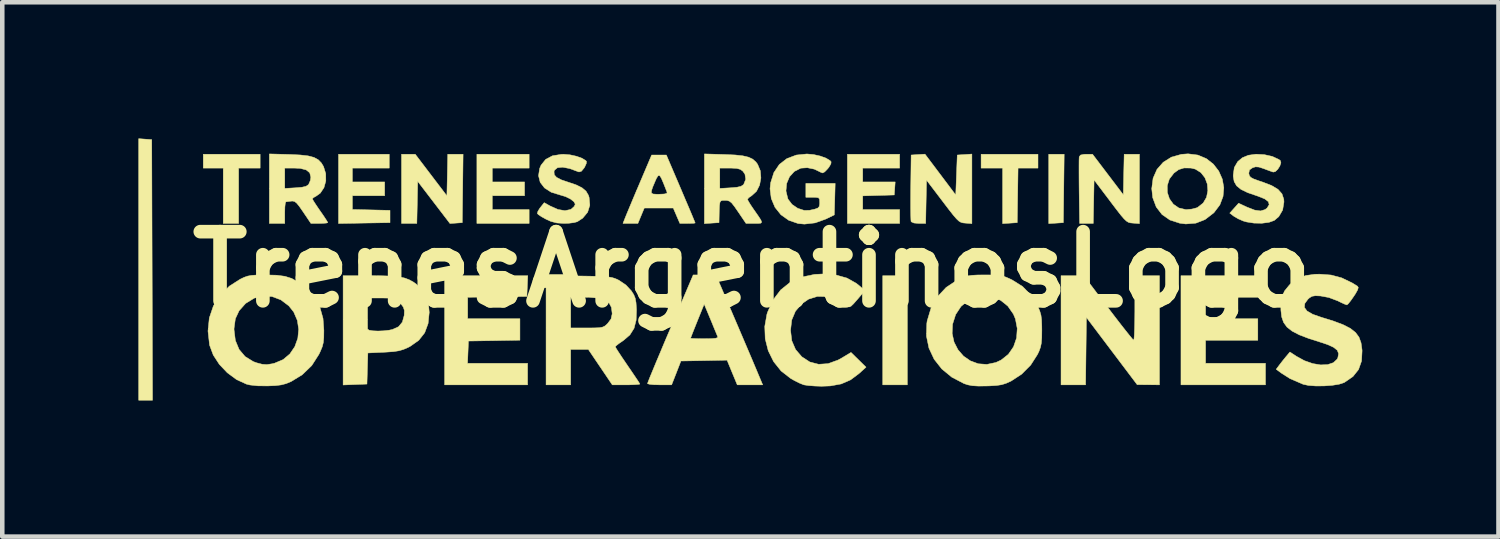
<source format=kicad_pcb>
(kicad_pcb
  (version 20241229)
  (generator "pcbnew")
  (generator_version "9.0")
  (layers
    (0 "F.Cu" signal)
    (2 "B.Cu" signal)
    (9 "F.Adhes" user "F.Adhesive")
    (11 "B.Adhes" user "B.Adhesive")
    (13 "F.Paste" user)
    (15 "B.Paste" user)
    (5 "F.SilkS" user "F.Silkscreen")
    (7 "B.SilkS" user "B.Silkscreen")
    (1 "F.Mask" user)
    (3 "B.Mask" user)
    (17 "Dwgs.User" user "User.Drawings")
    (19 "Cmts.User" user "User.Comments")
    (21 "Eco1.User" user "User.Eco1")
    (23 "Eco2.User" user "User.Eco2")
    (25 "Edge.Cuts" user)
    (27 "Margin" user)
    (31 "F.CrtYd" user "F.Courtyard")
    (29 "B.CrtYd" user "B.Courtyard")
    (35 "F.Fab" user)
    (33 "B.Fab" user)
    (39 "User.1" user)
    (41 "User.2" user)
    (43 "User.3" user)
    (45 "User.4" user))
  (footprint "TrenesArgentinosLogo"
    (layer "F.Cu")
    (at 13.518 2.888)
    (property "Reference" "TrenesArgentinosLogo" (at 0 0 0) (layer "F.SilkS") (effects (font (size 1.524 1.524) (thickness 0.3))))
    (attr through_hole)
    (fp_poly (pts (xy -13.225 -2.862) (xy -13.208 2.879) (xy -13.513 2.879) (xy -13.513 -2.883) (xy -13.225 -2.862)) (stroke (width 0.01) (type solid)) (fill yes) (layer "F.SilkS"))
    (fp_poly (pts (xy 3.421 2.54) (xy 2.879 2.54) (xy 2.879 0.135) (xy 3.421 0.135) (xy 3.421 2.54)) (stroke (width 0.01) (type solid)) (fill yes) (layer "F.SilkS"))
    (fp_poly (pts (xy 6.867 -1.786) (xy 6.858 -1.033) (xy 6.536 -1.012) (xy 6.536 -2.54) (xy 6.876 -2.54) (xy 6.867 -1.786)) (stroke (width 0.01) (type solid)) (fill yes) (layer "F.SilkS"))
    (fp_poly (pts (xy -10.837 -2.235) (xy -11.311 -2.235) (xy -11.311 -1.016) (xy -11.65 -1.016) (xy -11.65 -2.235) (xy -12.09 -2.235) (xy -12.09 -2.54) (xy -10.837 -2.54) (xy -10.837 -2.235)) (stroke (width 0.01) (type solid)) (fill yes) (layer "F.SilkS"))
    (fp_poly (pts (xy 6.299 -2.235) (xy 5.86 -2.235) (xy 5.851 -1.634) (xy 5.842 -1.033) (xy 5.52 -1.012) (xy 5.52 -2.235) (xy 5.046 -2.235) (xy 5.046 -2.54) (xy 6.299 -2.54) (xy 6.299 -2.235)) (stroke (width 0.01) (type solid)) (fill yes) (layer "F.SilkS"))
    (fp_poly (pts (xy -4.911 -2.235) (xy -5.723 -2.235) (xy -5.723 -1.93) (xy -5.012 -1.93) (xy -5.012 -1.626) (xy -5.723 -1.626) (xy -5.723 -1.321) (xy -4.911 -1.321) (xy -4.911 -1.016) (xy -6.062 -1.016) (xy -6.062 -2.54) (xy -4.911 -2.54) (xy -4.911 -2.235)) (stroke (width 0.01) (type solid)) (fill yes) (layer "F.SilkS"))
    (fp_poly (pts (xy 11.278 0.61) (xy 9.991 0.61) (xy 9.991 1.084) (xy 11.142 1.084) (xy 11.142 1.558) (xy 9.991 1.558) (xy 9.991 2.066) (xy 11.311 2.066) (xy 11.311 2.54) (xy 9.449 2.54) (xy 9.449 0.135) (xy 11.278 0.135) (xy 11.278 0.61)) (stroke (width 0.01) (type solid)) (fill yes) (layer "F.SilkS"))
    (fp_poly (pts (xy -7.993 -2.235) (xy -8.805 -2.235) (xy -8.805 -1.93) (xy -8.094 -1.93) (xy -8.094 -1.626) (xy -8.805 -1.626) (xy -8.805 -1.323) (xy -7.976 -1.304) (xy -7.976 -1.033) (xy -8.543 -1.024) (xy -9.11 -1.014) (xy -9.11 -2.54) (xy -7.993 -2.54) (xy -7.993 -2.235)) (stroke (width 0.01) (type solid)) (fill yes) (layer "F.SilkS"))
    (fp_poly (pts (xy -6.723 -1.624) (xy -6.713 -2.082) (xy -6.704 -2.54) (xy -6.366 -2.54) (xy -6.375 -1.786) (xy -6.384 -1.033) (xy -6.655 -1.014) (xy -7.366 -1.943) (xy -7.375 -1.48) (xy -7.385 -1.016) (xy -7.722 -1.016) (xy -7.722 -2.54) (xy -7.42 -2.54) (xy -6.723 -1.624)) (stroke (width 0.01) (type solid)) (fill yes) (layer "F.SilkS"))
    (fp_poly (pts (xy 3.251 -2.235) (xy 2.438 -2.235) (xy 2.438 -1.93) (xy 3.153 -1.93) (xy 3.143 -1.786) (xy 3.133 -1.643) (xy 2.786 -1.633) (xy 2.438 -1.623) (xy 2.438 -1.321) (xy 3.251 -1.321) (xy 3.251 -1.016) (xy 2.1 -1.016) (xy 2.1 -2.54) (xy 3.251 -2.54) (xy 3.251 -2.235)) (stroke (width 0.01) (type solid)) (fill yes) (layer "F.SilkS"))
    (fp_poly (pts (xy -4.961 0.593) (xy -5.613 0.602) (xy -6.265 0.611) (xy -6.265 1.084) (xy -5.114 1.084) (xy -5.114 1.556) (xy -5.681 1.566) (xy -6.248 1.575) (xy -6.258 1.82) (xy -6.268 2.066) (xy -4.945 2.066) (xy -4.945 2.54) (xy -6.773 2.54) (xy -6.773 0.135) (xy -4.941 0.135) (xy -4.961 0.593)) (stroke (width 0.01) (type solid)) (fill yes) (layer "F.SilkS"))
    (fp_poly (pts (xy 8.975 2.54) (xy 8.729 2.538) (xy 8.484 2.536) (xy 7.366 1.055) (xy 7.357 1.798) (xy 7.348 2.54) (xy 6.807 2.54) (xy 6.807 0.135) (xy 7.057 0.135) (xy 7.307 0.135) (xy 7.844 0.845) (xy 7.989 1.035) (xy 8.121 1.206) (xy 8.234 1.35) (xy 8.324 1.462) (xy 8.383 1.533) (xy 8.407 1.556) (xy 8.415 1.525) (xy 8.422 1.435) (xy 8.427 1.297) (xy 8.431 1.122) (xy 8.433 0.918) (xy 8.433 0.847) (xy 8.433 0.135) (xy 8.975 0.135) (xy 8.975 2.54)) (stroke (width 0.01) (type solid)) (fill yes) (layer "F.SilkS"))
    (fp_poly (pts (xy 8.534 -1.012) (xy 8.39 -1.023) (xy 8.337 -1.028) (xy 8.292 -1.04) (xy 8.247 -1.068) (xy 8.195 -1.117) (xy 8.126 -1.197) (xy 8.034 -1.315) (xy 7.91 -1.478) (xy 7.891 -1.504) (xy 7.535 -1.974) (xy 7.526 -1.495) (xy 7.517 -1.016) (xy 7.216 -1.016) (xy 7.206 -1.722) (xy 7.204 -1.937) (xy 7.203 -2.131) (xy 7.203 -2.293) (xy 7.204 -2.412) (xy 7.207 -2.477) (xy 7.208 -2.484) (xy 7.236 -2.522) (xy 7.311 -2.538) (xy 7.36 -2.54) (xy 7.501 -2.54) (xy 8.179 -1.647) (xy 8.188 -2.093) (xy 8.198 -2.54) (xy 8.534 -2.54) (xy 8.534 -1.012)) (stroke (width 0.01) (type solid)) (fill yes) (layer "F.SilkS"))
    (fp_poly (pts (xy 4.843 -1.012) (xy 4.699 -1.023) (xy 4.646 -1.028) (xy 4.601 -1.041) (xy 4.556 -1.068) (xy 4.503 -1.118) (xy 4.433 -1.199) (xy 4.34 -1.317) (xy 4.215 -1.481) (xy 4.2 -1.501) (xy 3.844 -1.969) (xy 3.834 -1.492) (xy 3.825 -1.016) (xy 3.673 -1.016) (xy 3.567 -1.025) (xy 3.509 -1.051) (xy 3.503 -1.059) (xy 3.499 -1.105) (xy 3.496 -1.207) (xy 3.494 -1.356) (xy 3.494 -1.541) (xy 3.495 -1.75) (xy 3.496 -1.813) (xy 3.505 -2.523) (xy 3.658 -2.533) (xy 3.81 -2.542) (xy 4.149 -2.092) (xy 4.487 -1.643) (xy 4.504 -2.083) (xy 4.521 -2.523) (xy 4.682 -2.533) (xy 4.843 -2.544) (xy 4.843 -1.012)) (stroke (width 0.01) (type solid)) (fill yes) (layer "F.SilkS"))
    (fp_poly (pts (xy -1.57 -1.779) (xy -1.482 -1.571) (xy -1.402 -1.384) (xy -1.336 -1.228) (xy -1.287 -1.11) (xy -1.259 -1.041) (xy -1.253 -1.026) (xy -1.284 -1.02) (xy -1.361 -1.017) (xy -1.421 -1.016) (xy -1.59 -1.016) (xy -1.663 -1.185) (xy -1.736 -1.355) (xy -2.374 -1.355) (xy -2.445 -1.185) (xy -2.515 -1.016) (xy -2.844 -1.016) (xy -2.787 -1.16) (xy -2.756 -1.236) (xy -2.703 -1.363) (xy -2.635 -1.526) (xy -2.556 -1.714) (xy -2.547 -1.734) (xy -2.217 -1.734) (xy -2.216 -1.685) (xy -2.18 -1.664) (xy -2.106 -1.659) (xy -2.048 -1.659) (xy -1.934 -1.664) (xy -1.879 -1.679) (xy -1.872 -1.702) (xy -1.894 -1.757) (xy -1.93 -1.848) (xy -1.949 -1.897) (xy -1.999 -2.014) (xy -2.036 -2.07) (xy -2.07 -2.067) (xy -2.107 -2.008) (xy -2.128 -1.961) (xy -2.187 -1.822) (xy -2.217 -1.734) (xy -2.547 -1.734) (xy -2.471 -1.913) (xy -2.471 -1.913) (xy -2.212 -2.523) (xy -1.888 -2.523) (xy -1.57 -1.779)) (stroke (width 0.01) (type solid)) (fill yes) (layer "F.SilkS"))
    (fp_poly (pts (xy 9.821 -2.522) (xy 10.009 -2.443) (xy 10.164 -2.321) (xy 10.282 -2.168) (xy 10.36 -1.991) (xy 10.393 -1.802) (xy 10.376 -1.611) (xy 10.306 -1.425) (xy 10.179 -1.257) (xy 10.168 -1.246) (xy 9.979 -1.101) (xy 9.777 -1.022) (xy 9.555 -1.004) (xy 9.421 -1.021) (xy 9.206 -1.091) (xy 9.032 -1.212) (xy 8.904 -1.378) (xy 8.827 -1.583) (xy 8.805 -1.783) (xy 8.814 -1.848) (xy 9.147 -1.848) (xy 9.149 -1.698) (xy 9.196 -1.557) (xy 9.282 -1.439) (xy 9.403 -1.356) (xy 9.555 -1.321) (xy 9.572 -1.321) (xy 9.69 -1.332) (xy 9.796 -1.36) (xy 9.818 -1.37) (xy 9.938 -1.465) (xy 10.012 -1.591) (xy 10.041 -1.736) (xy 10.029 -1.884) (xy 9.977 -2.022) (xy 9.888 -2.136) (xy 9.764 -2.213) (xy 9.669 -2.236) (xy 9.516 -2.238) (xy 9.397 -2.201) (xy 9.293 -2.124) (xy 9.193 -1.994) (xy 9.147 -1.848) (xy 8.814 -1.848) (xy 8.835 -2.012) (xy 8.921 -2.207) (xy 9.058 -2.363) (xy 9.238 -2.476) (xy 9.458 -2.538) (xy 9.606 -2.549) (xy 9.821 -2.522)) (stroke (width 0.01) (type solid)) (fill yes) (layer "F.SilkS"))
    (fp_poly (pts (xy -0.405 1.033) (xy -0.298 1.283) (xy -0.193 1.529) (xy -0.095 1.759) (xy -0.009 1.961) (xy 0.06 2.125) (xy 0.108 2.238) (xy 0.11 2.244) (xy 0.234 2.54) (xy -0.326 2.54) (xy -0.439 2.268) (xy -0.551 1.996) (xy -1.059 2.006) (xy -1.567 2.015) (xy -1.669 2.278) (xy -1.772 2.54) (xy -2.037 2.54) (xy -2.162 2.537) (xy -2.255 2.528) (xy -2.301 2.515) (xy -2.303 2.511) (xy -2.29 2.474) (xy -2.254 2.382) (xy -2.196 2.242) (xy -2.121 2.06) (xy -2.03 1.845) (xy -1.928 1.601) (xy -1.891 1.514) (xy -1.355 1.514) (xy -1.323 1.518) (xy -1.239 1.522) (xy -1.117 1.524) (xy -1.046 1.524) (xy -0.894 1.522) (xy -0.802 1.514) (xy -0.759 1.499) (xy -0.756 1.482) (xy -0.777 1.431) (xy -0.816 1.337) (xy -0.864 1.221) (xy -0.864 1.219) (xy -0.919 1.087) (xy -0.971 0.962) (xy -1.005 0.881) (xy -1.055 0.762) (xy -1.205 1.133) (xy -1.263 1.278) (xy -1.311 1.399) (xy -1.343 1.482) (xy -1.355 1.514) (xy -1.891 1.514) (xy -1.816 1.338) (xy -1.8 1.3) (xy -1.297 0.119) (xy -0.797 0.119) (xy -0.405 1.033)) (stroke (width 0.01) (type solid)) (fill yes) (layer "F.SilkS"))
    (fp_poly (pts (xy 1.355 -2.533) (xy 1.503 -2.5) (xy 1.631 -2.453) (xy 1.72 -2.399) (xy 1.742 -2.373) (xy 1.736 -2.327) (xy 1.694 -2.255) (xy 1.666 -2.22) (xy 1.599 -2.151) (xy 1.555 -2.128) (xy 1.512 -2.143) (xy 1.502 -2.149) (xy 1.371 -2.212) (xy 1.219 -2.243) (xy 1.08 -2.234) (xy 1.073 -2.233) (xy 0.931 -2.161) (xy 0.825 -2.044) (xy 0.762 -1.896) (xy 0.747 -1.731) (xy 0.787 -1.565) (xy 0.795 -1.547) (xy 0.881 -1.434) (xy 1.006 -1.349) (xy 1.147 -1.303) (xy 1.261 -1.304) (xy 1.382 -1.33) (xy 1.45 -1.355) (xy 1.481 -1.39) (xy 1.49 -1.446) (xy 1.49 -1.475) (xy 1.487 -1.547) (xy 1.464 -1.581) (xy 1.404 -1.591) (xy 1.338 -1.592) (xy 1.185 -1.592) (xy 1.185 -1.897) (xy 1.831 -1.897) (xy 1.822 -1.55) (xy 1.812 -1.204) (xy 1.626 -1.113) (xy 1.39 -1.028) (xy 1.154 -1.001) (xy 1.015 -1.014) (xy 0.808 -1.085) (xy 0.635 -1.208) (xy 0.505 -1.371) (xy 0.423 -1.565) (xy 0.396 -1.78) (xy 0.41 -1.913) (xy 0.481 -2.137) (xy 0.601 -2.315) (xy 0.767 -2.444) (xy 0.974 -2.522) (xy 1.208 -2.546) (xy 1.355 -2.533)) (stroke (width 0.01) (type solid)) (fill yes) (layer "F.SilkS"))
    (fp_poly (pts (xy 1.846 0.12) (xy 2.088 0.187) (xy 2.294 0.302) (xy 2.356 0.351) (xy 2.486 0.464) (xy 2.322 0.656) (xy 2.237 0.753) (xy 2.182 0.806) (xy 2.143 0.823) (xy 2.107 0.811) (xy 2.086 0.797) (xy 1.862 0.665) (xy 1.645 0.596) (xy 1.438 0.592) (xy 1.246 0.652) (xy 1.095 0.755) (xy 0.956 0.917) (xy 0.874 1.111) (xy 0.848 1.338) (xy 0.875 1.568) (xy 0.958 1.761) (xy 1.095 1.921) (xy 1.273 2.037) (xy 1.467 2.087) (xy 1.676 2.073) (xy 1.896 1.993) (xy 1.983 1.945) (xy 2.18 1.826) (xy 2.345 1.988) (xy 2.511 2.151) (xy 2.355 2.292) (xy 2.169 2.431) (xy 1.964 2.52) (xy 1.724 2.564) (xy 1.531 2.571) (xy 1.383 2.566) (xy 1.249 2.556) (xy 1.152 2.542) (xy 1.135 2.538) (xy 1.05 2.504) (xy 0.937 2.448) (xy 0.848 2.397) (xy 0.639 2.234) (xy 0.474 2.027) (xy 0.356 1.787) (xy 0.29 1.526) (xy 0.28 1.254) (xy 0.328 0.982) (xy 0.342 0.939) (xy 0.464 0.668) (xy 0.631 0.449) (xy 0.84 0.281) (xy 1.09 0.167) (xy 1.378 0.107) (xy 1.558 0.098) (xy 1.846 0.12)) (stroke (width 0.01) (type solid)) (fill yes) (layer "F.SilkS"))
    (fp_poly (pts (xy -8.144 0.138) (xy -7.941 0.145) (xy -7.783 0.161) (xy -7.658 0.186) (xy -7.555 0.224) (xy -7.462 0.275) (xy -7.39 0.327) (xy -7.271 0.455) (xy -7.179 0.626) (xy -7.123 0.818) (xy -7.112 0.944) (xy -7.137 1.19) (xy -7.212 1.393) (xy -7.343 1.559) (xy -7.53 1.691) (xy -7.573 1.714) (xy -7.677 1.759) (xy -7.778 1.789) (xy -7.898 1.808) (xy -8.059 1.819) (xy -8.113 1.822) (xy -8.464 1.838) (xy -8.474 2.18) (xy -8.484 2.523) (xy -9.009 2.543) (xy -9.009 0.948) (xy -8.471 0.948) (xy -8.471 1.093) (xy -8.471 1.213) (xy -8.47 1.293) (xy -8.469 1.312) (xy -8.437 1.336) (xy -8.355 1.35) (xy -8.242 1.355) (xy -8.116 1.35) (xy -7.994 1.336) (xy -7.921 1.32) (xy -7.787 1.259) (xy -7.704 1.158) (xy -7.663 1.01) (xy -7.663 1.005) (xy -7.659 0.902) (xy -7.683 0.827) (xy -7.746 0.744) (xy -7.748 0.742) (xy -7.799 0.688) (xy -7.844 0.655) (xy -7.902 0.637) (xy -7.989 0.629) (xy -8.123 0.627) (xy -8.161 0.627) (xy -8.471 0.627) (xy -8.471 0.948) (xy -9.009 0.948) (xy -9.009 0.135) (xy -8.403 0.135) (xy -8.144 0.138)) (stroke (width 0.01) (type solid)) (fill yes) (layer "F.SilkS"))
    (fp_poly (pts (xy -10.185 -2.535) (xy -9.954 -2.524) (xy -9.78 -2.504) (xy -9.651 -2.47) (xy -9.557 -2.419) (xy -9.487 -2.347) (xy -9.44 -2.268) (xy -9.392 -2.113) (xy -9.39 -1.952) (xy -9.431 -1.804) (xy -9.511 -1.684) (xy -9.601 -1.619) (xy -9.663 -1.584) (xy -9.686 -1.558) (xy -9.668 -1.521) (xy -9.619 -1.444) (xy -9.549 -1.34) (xy -9.517 -1.294) (xy -9.44 -1.183) (xy -9.382 -1.095) (xy -9.35 -1.042) (xy -9.347 -1.034) (xy -9.378 -1.024) (xy -9.457 -1.018) (xy -9.532 -1.016) (xy -9.718 -1.016) (xy -9.888 -1.268) (xy -9.972 -1.389) (xy -10.031 -1.462) (xy -10.078 -1.499) (xy -10.123 -1.509) (xy -10.151 -1.507) (xy -10.229 -1.497) (xy -10.27 -1.492) (xy -10.283 -1.46) (xy -10.292 -1.378) (xy -10.295 -1.262) (xy -10.295 -1.253) (xy -10.295 -1.016) (xy -10.634 -1.016) (xy -10.634 -2.235) (xy -10.295 -2.235) (xy -10.295 -1.787) (xy -10.055 -1.801) (xy -9.916 -1.813) (xy -9.829 -1.833) (xy -9.778 -1.866) (xy -9.767 -1.879) (xy -9.731 -1.962) (xy -9.72 -2.037) (xy -9.745 -2.132) (xy -9.822 -2.195) (xy -9.955 -2.229) (xy -10.083 -2.235) (xy -10.295 -2.235) (xy -10.634 -2.235) (xy -10.634 -2.547) (xy -10.185 -2.535)) (stroke (width 0.01) (type solid)) (fill yes) (layer "F.SilkS"))
    (fp_poly (pts (xy -0.601 -2.534) (xy -0.373 -2.524) (xy -0.202 -2.505) (xy -0.076 -2.475) (xy 0.016 -2.431) (xy 0.086 -2.368) (xy 0.122 -2.319) (xy 0.182 -2.176) (xy 0.195 -2.017) (xy 0.166 -1.86) (xy 0.098 -1.724) (xy -0.006 -1.629) (xy -0.072 -1.584) (xy -0.101 -1.548) (xy -0.101 -1.547) (xy -0.083 -1.508) (xy -0.035 -1.429) (xy 0.033 -1.328) (xy 0.046 -1.31) (xy 0.138 -1.178) (xy 0.193 -1.093) (xy 0.212 -1.045) (xy 0.193 -1.022) (xy 0.139 -1.016) (xy 0.054 -1.016) (xy -0.133 -1.016) (xy -0.305 -1.27) (xy -0.389 -1.391) (xy -0.449 -1.467) (xy -0.498 -1.506) (xy -0.548 -1.522) (xy -0.594 -1.524) (xy -0.65 -1.523) (xy -0.687 -1.512) (xy -0.708 -1.478) (xy -0.718 -1.409) (xy -0.723 -1.292) (xy -0.725 -1.185) (xy -0.728 -1.033) (xy -0.889 -1.023) (xy -1.05 -1.012) (xy -1.05 -2.235) (xy -0.711 -2.235) (xy -0.711 -1.787) (xy -0.47 -1.801) (xy -0.332 -1.813) (xy -0.245 -1.833) (xy -0.194 -1.866) (xy -0.183 -1.879) (xy -0.139 -1.989) (xy -0.157 -2.101) (xy -0.203 -2.167) (xy -0.258 -2.207) (xy -0.336 -2.228) (xy -0.457 -2.235) (xy -0.491 -2.235) (xy -0.711 -2.235) (xy -1.05 -2.235) (xy -1.05 -2.547) (xy -0.601 -2.534)) (stroke (width 0.01) (type solid)) (fill yes) (layer "F.SilkS"))
    (fp_poly (pts (xy 11.286 -2.531) (xy 11.461 -2.492) (xy 11.605 -2.425) (xy 11.638 -2.401) (xy 11.651 -2.352) (xy 11.627 -2.28) (xy 11.581 -2.208) (xy 11.526 -2.157) (xy 11.481 -2.147) (xy 11.42 -2.168) (xy 11.325 -2.203) (xy 11.273 -2.223) (xy 11.166 -2.258) (xy 11.091 -2.263) (xy 11.025 -2.242) (xy 10.958 -2.195) (xy 10.944 -2.126) (xy 10.945 -2.111) (xy 10.957 -2.065) (xy 10.987 -2.03) (xy 11.05 -1.996) (xy 11.157 -1.957) (xy 11.242 -1.929) (xy 11.445 -1.851) (xy 11.587 -1.766) (xy 11.674 -1.668) (xy 11.714 -1.549) (xy 11.718 -1.488) (xy 11.689 -1.311) (xy 11.604 -1.166) (xy 11.505 -1.082) (xy 11.388 -1.04) (xy 11.232 -1.02) (xy 11.058 -1.023) (xy 10.892 -1.049) (xy 10.82 -1.07) (xy 10.712 -1.117) (xy 10.619 -1.171) (xy 10.605 -1.181) (xy 10.524 -1.243) (xy 10.719 -1.461) (xy 10.905 -1.374) (xy 11.074 -1.309) (xy 11.203 -1.291) (xy 11.302 -1.321) (xy 11.346 -1.355) (xy 11.392 -1.429) (xy 11.375 -1.495) (xy 11.294 -1.557) (xy 11.146 -1.616) (xy 11.126 -1.623) (xy 10.919 -1.694) (xy 10.772 -1.765) (xy 10.675 -1.844) (xy 10.621 -1.937) (xy 10.601 -2.051) (xy 10.601 -2.082) (xy 10.624 -2.248) (xy 10.699 -2.377) (xy 10.801 -2.463) (xy 10.934 -2.518) (xy 11.103 -2.541) (xy 11.286 -2.531)) (stroke (width 0.01) (type solid)) (fill yes) (layer "F.SilkS"))
    (fp_poly (pts (xy -4.01 -2.527) (xy -3.869 -2.496) (xy -3.747 -2.452) (xy -3.664 -2.401) (xy -3.647 -2.381) (xy -3.652 -2.336) (xy -3.686 -2.261) (xy -3.698 -2.24) (xy -3.759 -2.166) (xy -3.811 -2.15) (xy -3.823 -2.153) (xy -4.018 -2.225) (xy -4.173 -2.255) (xy -4.286 -2.244) (xy -4.351 -2.191) (xy -4.363 -2.157) (xy -4.357 -2.088) (xy -4.306 -2.03) (xy -4.202 -1.976) (xy -4.069 -1.931) (xy -3.879 -1.867) (xy -3.746 -1.801) (xy -3.658 -1.727) (xy -3.605 -1.637) (xy -3.59 -1.591) (xy -3.574 -1.418) (xy -3.622 -1.263) (xy -3.731 -1.132) (xy -3.85 -1.054) (xy -3.923 -1.034) (xy -4.036 -1.02) (xy -4.14 -1.016) (xy -4.299 -1.026) (xy -4.433 -1.061) (xy -4.539 -1.109) (xy -4.638 -1.164) (xy -4.708 -1.211) (xy -4.731 -1.236) (xy -4.718 -1.282) (xy -4.674 -1.354) (xy -4.66 -1.371) (xy -4.579 -1.473) (xy -4.448 -1.4) (xy -4.275 -1.323) (xy -4.122 -1.297) (xy -3.999 -1.323) (xy -3.979 -1.335) (xy -3.918 -1.39) (xy -3.895 -1.441) (xy -3.925 -1.495) (xy -4.002 -1.555) (xy -4.108 -1.607) (xy -4.225 -1.642) (xy -4.227 -1.642) (xy -4.424 -1.703) (xy -4.572 -1.798) (xy -4.667 -1.921) (xy -4.704 -2.066) (xy -4.68 -2.225) (xy -4.648 -2.3) (xy -4.547 -2.426) (xy -4.397 -2.506) (xy -4.198 -2.538) (xy -4.149 -2.539) (xy -4.01 -2.527)) (stroke (width 0.01) (type solid)) (fill yes) (layer "F.SilkS"))
    (fp_poly (pts (xy -3.817 0.142) (xy -3.578 0.146) (xy -3.395 0.15) (xy -3.259 0.156) (xy -3.159 0.164) (xy -3.084 0.177) (xy -3.025 0.195) (xy -2.969 0.218) (xy -2.929 0.239) (xy -2.779 0.341) (xy -2.659 0.47) (xy -2.659 0.47) (xy -2.606 0.553) (xy -2.574 0.632) (xy -2.556 0.73) (xy -2.547 0.869) (xy -2.546 0.892) (xy -2.554 1.117) (xy -2.6 1.295) (xy -2.691 1.439) (xy -2.831 1.56) (xy -2.853 1.575) (xy -2.94 1.635) (xy -2.998 1.682) (xy -3.012 1.7) (xy -2.995 1.735) (xy -2.945 1.814) (xy -2.87 1.928) (xy -2.777 2.065) (xy -2.743 2.115) (xy -2.646 2.257) (xy -2.564 2.378) (xy -2.504 2.468) (xy -2.474 2.517) (xy -2.472 2.523) (xy -2.504 2.53) (xy -2.588 2.536) (xy -2.709 2.54) (xy -2.776 2.54) (xy -3.079 2.54) (xy -3.342 2.151) (xy -3.606 1.761) (xy -3.996 1.761) (xy -3.996 2.54) (xy -4.538 2.54) (xy -4.538 0.61) (xy -3.996 0.61) (xy -3.996 1.287) (xy -3.638 1.287) (xy -3.478 1.286) (xy -3.37 1.282) (xy -3.299 1.27) (xy -3.249 1.248) (xy -3.205 1.212) (xy -3.181 1.188) (xy -3.106 1.088) (xy -3.082 0.978) (xy -3.082 0.966) (xy -3.098 0.834) (xy -3.15 0.736) (xy -3.245 0.669) (xy -3.389 0.629) (xy -3.59 0.611) (xy -3.69 0.61) (xy -3.996 0.61) (xy -4.538 0.61) (xy -4.538 0.132) (xy -3.817 0.142)) (stroke (width 0.01) (type solid)) (fill yes) (layer "F.SilkS"))
    (fp_poly (pts (xy -10.472 0.125) (xy -10.292 0.149) (xy -10.142 0.196) (xy -10.006 0.273) (xy -9.865 0.387) (xy -9.809 0.439) (xy -9.634 0.635) (xy -9.518 0.842) (xy -9.452 1.077) (xy -9.433 1.338) (xy -9.435 1.494) (xy -9.445 1.607) (xy -9.469 1.702) (xy -9.512 1.805) (xy -9.542 1.868) (xy -9.7 2.115) (xy -9.909 2.317) (xy -10.154 2.467) (xy -10.265 2.513) (xy -10.372 2.541) (xy -10.499 2.557) (xy -10.668 2.564) (xy -10.888 2.562) (xy -11.062 2.543) (xy -11.139 2.524) (xy -11.357 2.424) (xy -11.56 2.274) (xy -11.736 2.089) (xy -11.87 1.883) (xy -11.95 1.668) (xy -11.952 1.658) (xy -11.986 1.354) (xy -11.983 1.328) (xy -11.412 1.328) (xy -11.383 1.562) (xy -11.301 1.76) (xy -11.168 1.917) (xy -10.988 2.028) (xy -10.914 2.055) (xy -10.791 2.087) (xy -10.69 2.094) (xy -10.576 2.077) (xy -10.518 2.063) (xy -10.331 1.984) (xy -10.182 1.859) (xy -10.073 1.698) (xy -10.007 1.514) (xy -9.988 1.318) (xy -10.017 1.122) (xy -10.097 0.936) (xy -10.205 0.8) (xy -10.38 0.668) (xy -10.573 0.595) (xy -10.772 0.582) (xy -10.967 0.63) (xy -11.147 0.74) (xy -11.162 0.752) (xy -11.301 0.908) (xy -11.383 1.084) (xy -11.412 1.296) (xy -11.412 1.328) (xy -11.983 1.328) (xy -11.957 1.067) (xy -11.867 0.802) (xy -11.718 0.567) (xy -11.514 0.365) (xy -11.278 0.214) (xy -11.191 0.172) (xy -11.114 0.145) (xy -11.029 0.129) (xy -10.917 0.121) (xy -10.761 0.119) (xy -10.702 0.119) (xy -10.472 0.125)) (stroke (width 0.01) (type solid)) (fill yes) (layer "F.SilkS"))
    (fp_poly (pts (xy 5.3 0.12) (xy 5.42 0.126) (xy 5.512 0.141) (xy 5.596 0.168) (xy 5.692 0.211) (xy 5.731 0.23) (xy 5.959 0.373) (xy 6.141 0.559) (xy 6.288 0.797) (xy 6.295 0.813) (xy 6.337 0.91) (xy 6.364 1.001) (xy 6.378 1.106) (xy 6.383 1.246) (xy 6.384 1.338) (xy 6.382 1.502) (xy 6.373 1.62) (xy 6.354 1.712) (xy 6.321 1.802) (xy 6.288 1.871) (xy 6.138 2.105) (xy 5.939 2.305) (xy 5.706 2.457) (xy 5.698 2.461) (xy 5.595 2.507) (xy 5.498 2.537) (xy 5.386 2.554) (xy 5.237 2.563) (xy 5.165 2.565) (xy 4.986 2.567) (xy 4.854 2.559) (xy 4.75 2.539) (xy 4.667 2.511) (xy 4.4 2.371) (xy 4.18 2.19) (xy 4.011 1.975) (xy 3.897 1.731) (xy 3.842 1.466) (xy 3.843 1.408) (xy 4.408 1.408) (xy 4.45 1.598) (xy 4.536 1.766) (xy 4.658 1.907) (xy 4.81 2.012) (xy 4.984 2.076) (xy 5.173 2.09) (xy 5.371 2.048) (xy 5.487 1.994) (xy 5.647 1.867) (xy 5.761 1.701) (xy 5.828 1.506) (xy 5.842 1.298) (xy 5.802 1.088) (xy 5.757 0.981) (xy 5.634 0.805) (xy 5.479 0.68) (xy 5.302 0.606) (xy 5.115 0.583) (xy 4.928 0.609) (xy 4.754 0.686) (xy 4.603 0.813) (xy 4.486 0.99) (xy 4.484 0.995) (xy 4.417 1.205) (xy 4.408 1.408) (xy 3.843 1.408) (xy 3.85 1.186) (xy 3.858 1.132) (xy 3.943 0.848) (xy 4.083 0.6) (xy 4.276 0.394) (xy 4.518 0.232) (xy 4.566 0.209) (xy 4.66 0.168) (xy 4.746 0.141) (xy 4.843 0.127) (xy 4.971 0.12) (xy 5.132 0.119) (xy 5.3 0.12)) (stroke (width 0.01) (type solid)) (fill yes) (layer "F.SilkS"))
    (fp_poly (pts (xy 12.757 0.121) (xy 12.991 0.184) (xy 13.225 0.297) (xy 13.338 0.367) (xy 13.355 0.396) (xy 13.341 0.448) (xy 13.291 0.537) (xy 13.257 0.588) (xy 13.19 0.684) (xy 13.135 0.753) (xy 13.104 0.779) (xy 13.062 0.765) (xy 12.98 0.728) (xy 12.898 0.688) (xy 12.707 0.616) (xy 12.525 0.582) (xy 12.409 0.577) (xy 12.336 0.589) (xy 12.279 0.624) (xy 12.245 0.655) (xy 12.176 0.75) (xy 12.169 0.836) (xy 12.226 0.913) (xy 12.349 0.985) (xy 12.538 1.051) (xy 12.809 1.135) (xy 13.021 1.215) (xy 13.181 1.297) (xy 13.295 1.387) (xy 13.371 1.49) (xy 13.416 1.614) (xy 13.437 1.763) (xy 13.439 1.79) (xy 13.427 2.016) (xy 13.361 2.203) (xy 13.238 2.357) (xy 13.054 2.484) (xy 13.039 2.492) (xy 12.931 2.527) (xy 12.779 2.551) (xy 12.601 2.564) (xy 12.421 2.565) (xy 12.258 2.553) (xy 12.141 2.528) (xy 11.853 2.404) (xy 11.658 2.28) (xy 11.547 2.197) (xy 11.615 2.106) (xy 11.686 2.014) (xy 11.763 1.919) (xy 11.766 1.916) (xy 11.849 1.817) (xy 11.99 1.91) (xy 12.169 2.008) (xy 12.352 2.072) (xy 12.527 2.101) (xy 12.682 2.094) (xy 12.807 2.052) (xy 12.89 1.974) (xy 12.905 1.943) (xy 12.922 1.854) (xy 12.893 1.779) (xy 12.813 1.714) (xy 12.677 1.652) (xy 12.539 1.606) (xy 12.268 1.52) (xy 12.056 1.439) (xy 11.897 1.356) (xy 11.784 1.267) (xy 11.71 1.165) (xy 11.668 1.044) (xy 11.651 0.898) (xy 11.65 0.83) (xy 11.668 0.633) (xy 11.728 0.476) (xy 11.839 0.339) (xy 11.883 0.3) (xy 12.033 0.195) (xy 12.198 0.132) (xy 12.399 0.104) (xy 12.503 0.102) (xy 12.757 0.121)) (stroke (width 0.01) (type solid)) (fill yes) (layer "F.SilkS")))
  (gr_rect
    (start -3 -3)
    (end 29.962 8.771)
    (stroke (width 0.1) (type default))
    (fill no)
    (layer "Edge.Cuts")))
</source>
